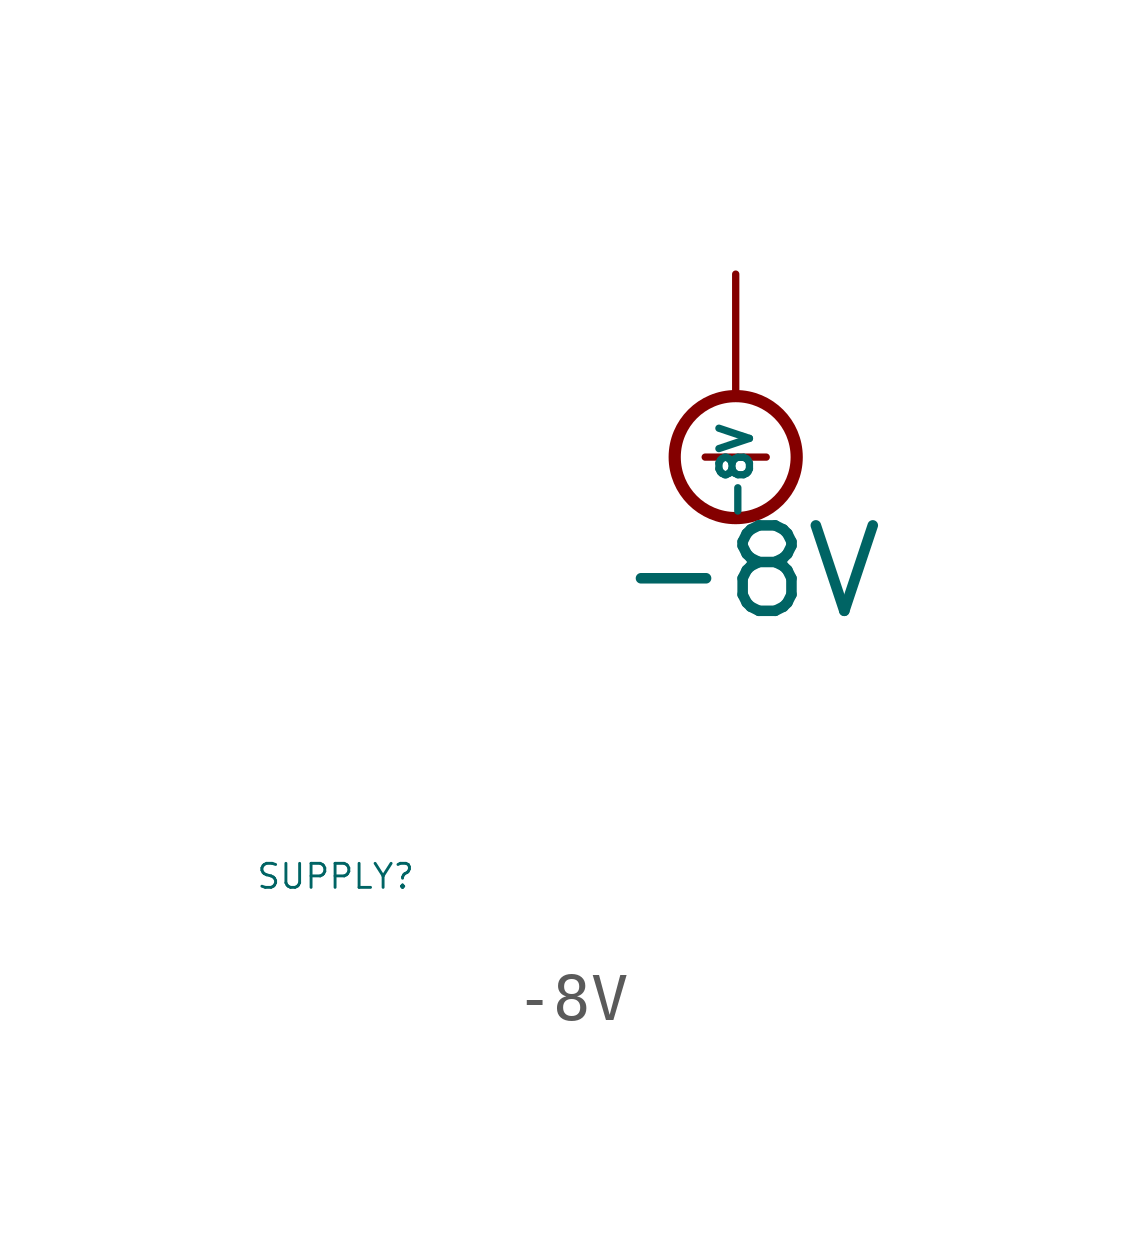
<source format=kicad_sym>
(kicad_symbol_lib
  (version 20220914)
  (generator Eagle2Kicad)
  (symbol "-8V"
    (property "Reference" "SUPPLY"
      (at -10 -10 0)
      (effects (font (size 0.5 0.5) (thickness 0.06)) (justify left)))
    (property "Value" "-8V"
      (at -2.54 -4.699 0)
      (effects (font (size 1.778 1.778) (thickness 0.22)) (justify left bottom)))
    (polyline
      (pts (xy -0.635 -1.27) (xy 0.635 -1.27))
      (stroke (width 0.152) (type default))
      (fill (type none)))
    (circle
      (center 0 -1.27)
      (radius 1.27)
      (stroke (width 0.254) (type default))
      (fill (type none)))
    (pin unspecified line
      (at 0 2.54 270)
      (length 2.54)
      (name "-8V" (effects (font (size 0.635 0.635) (thickness 0.08)) (justify left bottom)))
      (number "" (effects (font (size 0.635 0.635) (thickness 0.08)) (justify left bottom))))))
</source>
